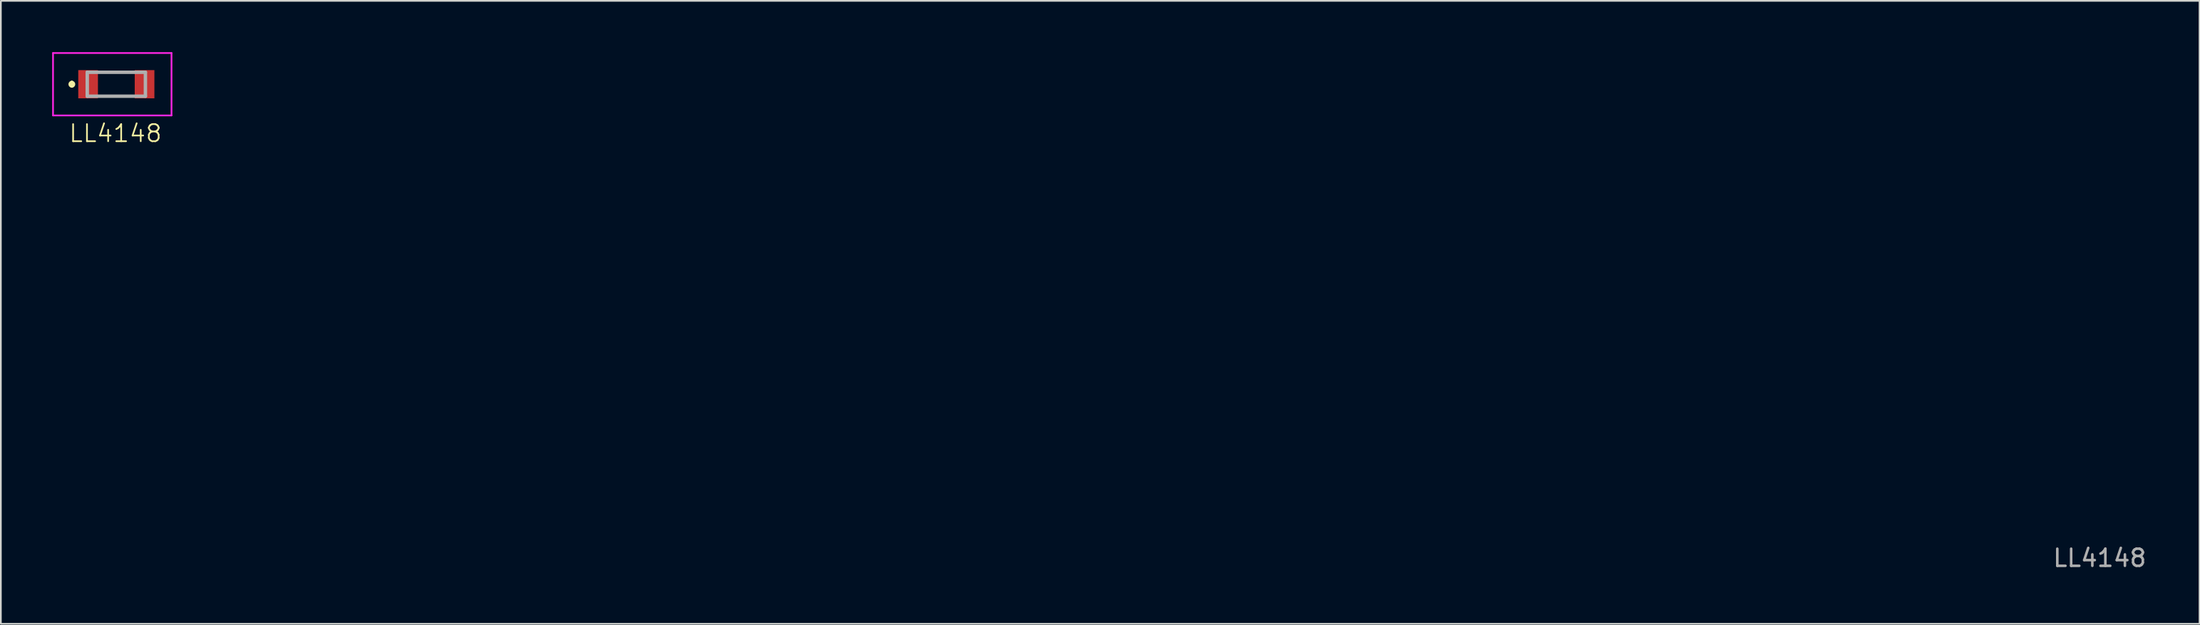
<source format=kicad_pcb>
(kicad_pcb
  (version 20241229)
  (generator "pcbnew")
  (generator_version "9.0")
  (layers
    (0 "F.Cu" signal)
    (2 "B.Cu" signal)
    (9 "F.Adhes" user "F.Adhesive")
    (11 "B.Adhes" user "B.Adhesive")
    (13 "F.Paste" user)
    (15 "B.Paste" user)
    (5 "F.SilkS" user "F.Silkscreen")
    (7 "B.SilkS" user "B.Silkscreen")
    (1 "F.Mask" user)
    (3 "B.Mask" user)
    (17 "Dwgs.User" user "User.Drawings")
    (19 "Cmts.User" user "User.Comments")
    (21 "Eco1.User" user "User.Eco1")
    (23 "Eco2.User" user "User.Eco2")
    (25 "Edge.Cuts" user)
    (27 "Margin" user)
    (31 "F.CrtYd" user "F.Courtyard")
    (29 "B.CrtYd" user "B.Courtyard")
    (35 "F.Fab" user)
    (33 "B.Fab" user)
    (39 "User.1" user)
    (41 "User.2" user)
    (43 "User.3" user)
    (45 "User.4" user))
  (footprint "LL4148"
    (layer "F.Cu")
    (at 3.7 5.25)
    (property "Reference" "LL4148" (at 0 -0.5 0) (unlocked yes) (layer "F.SilkS") (effects (font (size 1 1) (thickness 0.1))))
    (attr smd)
    (fp_line (start -2.55 -3.475) (end -2.55 -3.475) (stroke (width 0.2) (type solid)) (layer "F.SilkS"))
    (fp_line (start -2.55 -3.275) (end -2.55 -3.275) (stroke (width 0.2) (type solid)) (layer "F.SilkS"))
    (fp_line (start -0.85 -4.075) (end 0.95 -4.075) (stroke (width 0.1) (type solid)) (layer "F.SilkS"))
    (fp_line (start -0.85 -2.675) (end 0.95 -2.675) (stroke (width 0.1) (type solid)) (layer "F.SilkS"))
    (fp_arc (start -2.55 -3.475) (mid -2.45 -3.375) (end -2.55 -3.275) (stroke (width 0.2) (type solid)) (layer "F.SilkS"))
    (fp_arc (start -2.55 -3.275) (mid -2.65 -3.375) (end -2.55 -3.475) (stroke (width 0.2) (type solid)) (layer "F.SilkS"))
    (fp_line (start -3.65 -5.2) (end 3.275 -5.2) (stroke (width 0.1) (type solid)) (layer "F.CrtYd"))
    (fp_line (start -3.65 -1.55) (end -3.65 -5.2) (stroke (width 0.1) (type solid)) (layer "F.CrtYd"))
    (fp_line (start 3.275 -5.2) (end 3.275 -1.55) (stroke (width 0.1) (type solid)) (layer "F.CrtYd"))
    (fp_line (start 3.275 -1.55) (end -3.65 -1.55) (stroke (width 0.1) (type solid)) (layer "F.CrtYd"))
    (fp_line (start -1.65 -4.075) (end 1.75 -4.075) (stroke (width 0.2) (type solid)) (layer "F.Fab"))
    (fp_line (start -1.65 -2.675) (end -1.65 -4.075) (stroke (width 0.2) (type solid)) (layer "F.Fab"))
    (fp_line (start 1.75 -4.075) (end 1.75 -2.675) (stroke (width 0.2) (type solid)) (layer "F.Fab"))
    (fp_line (start 1.75 -2.675) (end -1.65 -2.675) (stroke (width 0.2) (type solid)) (layer "F.Fab"))
    (fp_text user "${REFERENCE}" (at 115.985 24.33 0) (unlocked yes) (layer "F.Fab") (effects (font (size 1 1) (thickness 0.15))))
    (pad "1" smd rect (at -1.6 -3.375) (size 1.15 1.65) (layers "F.Cu" "F.Mask" "F.Paste"))
    (pad "2" smd rect (at 1.7 -3.375) (size 1.15 1.65) (layers "F.Cu" "F.Mask" "F.Paste")))
  (gr_rect
    (start -3 -3)
    (end 125.524 33.428)
    (stroke (width 0.1) (type default))
    (fill no)
    (layer "Edge.Cuts")))
</source>
